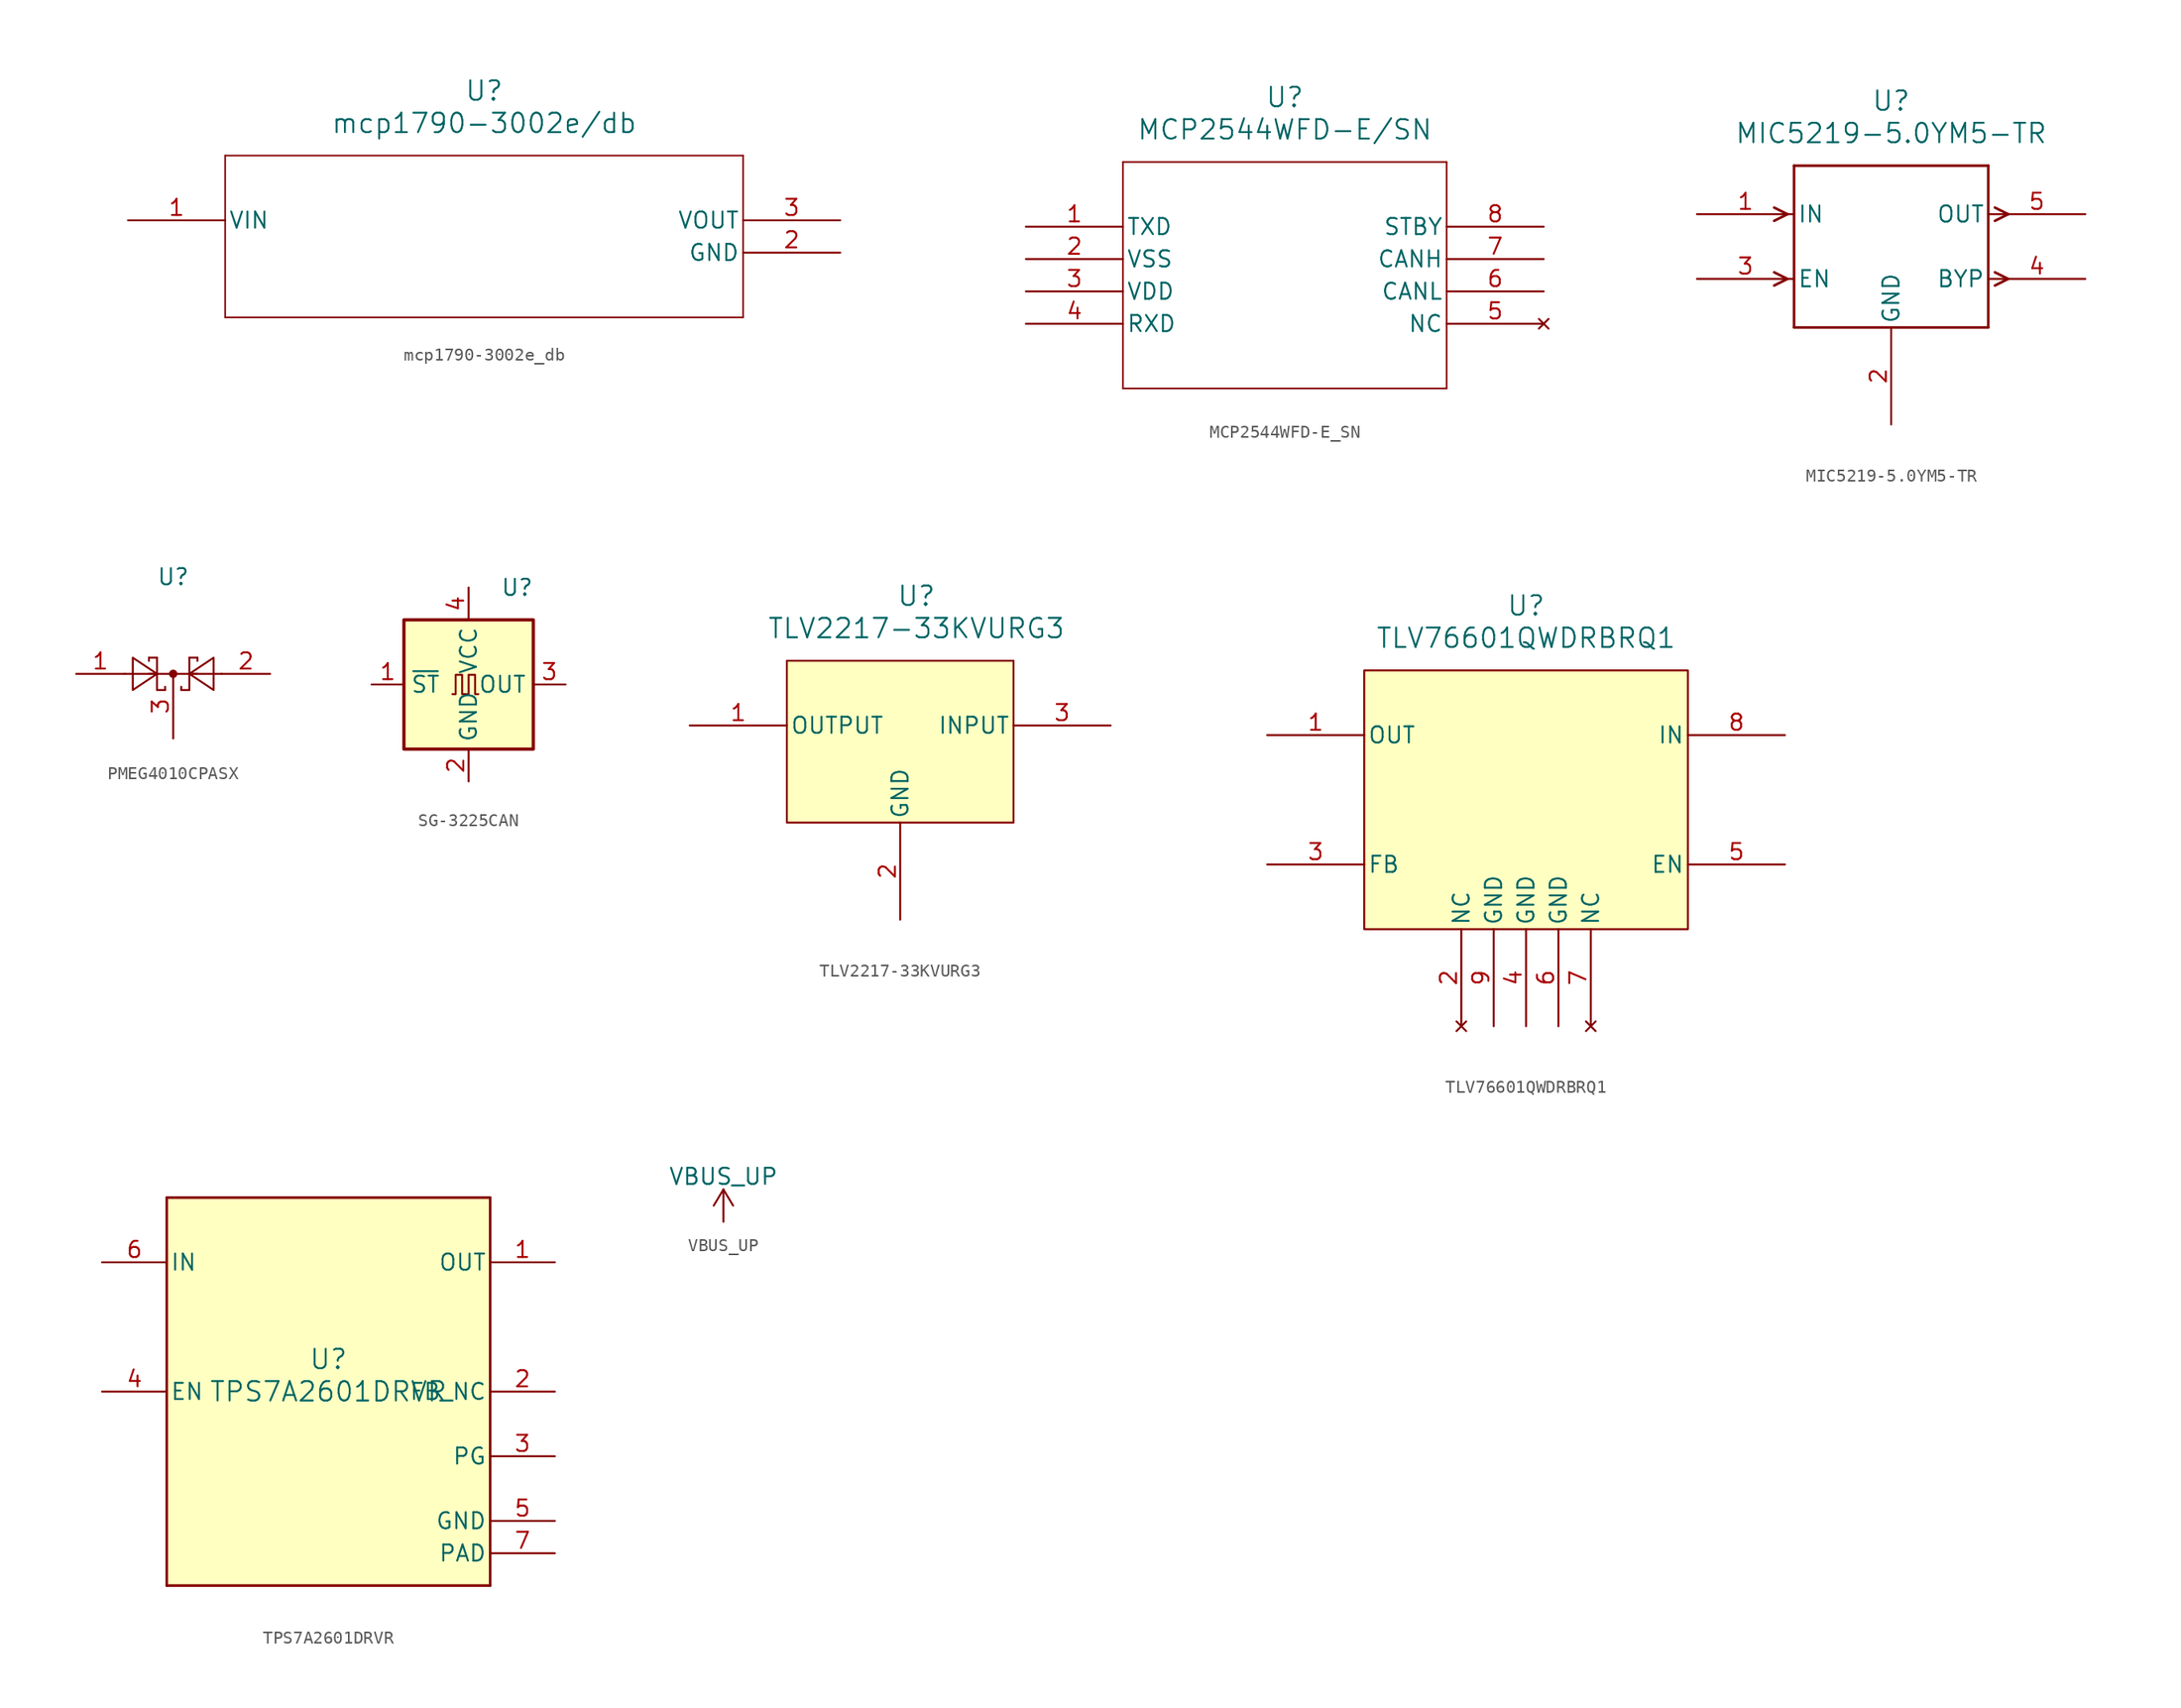
<source format=kicad_sym>
(kicad_symbol_lib
  (version 20220914)
  (generator kicad_symbol_editor)
  (symbol "mcp1790-3002e_db"
    (pin_names
      (offset 0.254))
    (property "Reference" "U"
      (at 27.94 10.16 0)
      (effects (font (size 1.524 1.524))))
    (property "Value" "mcp1790-3002e/db"
      (at 27.94 7.62 0)
      (effects (font (size 1.524 1.524))))
    (property "ki_locked" ""
      (at 0 0 0)
      (effects (font (size 1.27 1.27))))
    (symbol "mcp1790-3002e_db_0_1"
      (polyline (pts (xy 7.62 -7.62) (xy 48.26 -7.62)) (stroke (width 0.127) (type default)) (fill (type none)))
      (polyline (pts (xy 7.62 5.08) (xy 7.62 -7.62)) (stroke (width 0.127) (type default)) (fill (type none)))
      (polyline (pts (xy 48.26 -7.62) (xy 48.26 5.08)) (stroke (width 0.127) (type default)) (fill (type none)))
      (polyline (pts (xy 48.26 5.08) (xy 7.62 5.08)) (stroke (width 0.127) (type default)) (fill (type none)))
      (pin input line (at 0 0 0) (length 7.62) (name "VIN" (effects (font (size 1.27 1.27)))) (number "1" (effects (font (size 1.27 1.27)))))
      (pin power_in line (at 55.88 -2.54 180) (length 7.62) (name "GND" (effects (font (size 1.27 1.27)))) (number "2" (effects (font (size 1.27 1.27)))))
      (pin output line (at 55.88 0 180) (length 7.62) (name "VOUT" (effects (font (size 1.27 1.27)))) (number "3" (effects (font (size 1.27 1.27)))))))
  (symbol "MCP2544WFD-E_SN"
    (pin_names
      (offset 0.254))
    (property "Reference" "U"
      (at 20.32 10.16 0)
      (effects (font (size 1.524 1.524))))
    (property "Value" "MCP2544WFD-E/SN"
      (at 20.32 7.62 0)
      (effects (font (size 1.524 1.524))))
    (property "ki_locked" ""
      (at 0 0 0)
      (effects (font (size 1.27 1.27))))
    (symbol "MCP2544WFD-E_SN_0_1"
      (polyline (pts (xy 7.62 -12.7) (xy 33.02 -12.7)) (stroke (width 0.127) (type default)) (fill (type none)))
      (polyline (pts (xy 7.62 5.08) (xy 7.62 -12.7)) (stroke (width 0.127) (type default)) (fill (type none)))
      (polyline (pts (xy 33.02 -12.7) (xy 33.02 5.08)) (stroke (width 0.127) (type default)) (fill (type none)))
      (polyline (pts (xy 33.02 5.08) (xy 7.62 5.08)) (stroke (width 0.127) (type default)) (fill (type none)))
      (pin input line (at 0 0 0) (length 7.62) (name "TXD" (effects (font (size 1.27 1.27)))) (number "1" (effects (font (size 1.27 1.27)))))
      (pin power_in line (at 0 -2.54 0) (length 7.62) (name "VSS" (effects (font (size 1.27 1.27)))) (number "2" (effects (font (size 1.27 1.27)))))
      (pin power_in line (at 0 -5.08 0) (length 7.62) (name "VDD" (effects (font (size 1.27 1.27)))) (number "3" (effects (font (size 1.27 1.27)))))
      (pin output line (at 0 -7.62 0) (length 7.62) (name "RXD" (effects (font (size 1.27 1.27)))) (number "4" (effects (font (size 1.27 1.27)))))
      (pin no_connect line (at 40.64 -7.62 180) (length 7.62) (name "NC" (effects (font (size 1.27 1.27)))) (number "5" (effects (font (size 1.27 1.27)))))
      (pin bidirectional line (at 40.64 -5.08 180) (length 7.62) (name "CANL" (effects (font (size 1.27 1.27)))) (number "6" (effects (font (size 1.27 1.27)))))
      (pin bidirectional line (at 40.64 -2.54 180) (length 7.62) (name "CANH" (effects (font (size 1.27 1.27)))) (number "7" (effects (font (size 1.27 1.27)))))
      (pin input line (at 40.64 0 180) (length 7.62) (name "STBY" (effects (font (size 1.27 1.27)))) (number "8" (effects (font (size 1.27 1.27)))))))
  (symbol "MIC5219-5.0YM5-TR"
    (pin_names
      (offset 0.254))
    (property "Reference" "U"
      (at 0 10.16 0)
      (effects (font (size 1.524 1.524))))
    (property "Value" "MIC5219-5.0YM5-TR"
      (at 0 7.62 0)
      (effects (font (size 1.524 1.524))))
    (property "ki_locked" ""
      (at 0 0 0)
      (effects (font (size 1.27 1.27))))
    (symbol "MIC5219-5.0YM5-TR_0_1"
      (polyline (pts (xy -8.141 -3.81) (xy -9.182 -4.331)) (stroke (width 0.203) (type default)) (fill (type none)))
      (polyline (pts (xy -8.141 -3.81) (xy -9.182 -3.289)) (stroke (width 0.203) (type default)) (fill (type none)))
      (polyline (pts (xy -8.141 1.27) (xy -9.182 0.749)) (stroke (width 0.203) (type default)) (fill (type none)))
      (polyline (pts (xy -8.141 1.27) (xy -9.182 1.791)) (stroke (width 0.203) (type default)) (fill (type none)))
      (polyline (pts (xy -7.62 -7.62) (xy 7.62 -7.62)) (stroke (width 0.203) (type default)) (fill (type none)))
      (polyline (pts (xy -7.62 5.08) (xy -7.62 -7.62)) (stroke (width 0.203) (type default)) (fill (type none)))
      (polyline (pts (xy 7.62 -7.62) (xy 7.62 5.08)) (stroke (width 0.203) (type default)) (fill (type none)))
      (polyline (pts (xy 7.62 5.08) (xy -7.62 5.08)) (stroke (width 0.203) (type default)) (fill (type none)))
      (polyline (pts (xy 8.141 -4.331) (xy 9.182 -3.81)) (stroke (width 0.203) (type default)) (fill (type none)))
      (polyline (pts (xy 8.141 -3.289) (xy 9.182 -3.81)) (stroke (width 0.203) (type default)) (fill (type none)))
      (polyline (pts (xy 8.141 0.749) (xy 9.182 1.27)) (stroke (width 0.203) (type default)) (fill (type none)))
      (polyline (pts (xy 8.141 1.791) (xy 9.182 1.27)) (stroke (width 0.203) (type default)) (fill (type none)))
      (pin input line (at -15.24 1.27 0) (length 7.62) (name "IN" (effects (font (size 1.27 1.27)))) (number "1" (effects (font (size 1.27 1.27)))))
      (pin power_in line (at 0 -15.24 90) (length 7.62) (name "GND" (effects (font (size 1.27 1.27)))) (number "2" (effects (font (size 1.27 1.27)))))
      (pin input line (at -15.24 -3.81 0) (length 7.62) (name "EN" (effects (font (size 1.27 1.27)))) (number "3" (effects (font (size 1.27 1.27)))))
      (pin output line (at 15.24 -3.81 180) (length 7.62) (name "BYP" (effects (font (size 1.27 1.27)))) (number "4" (effects (font (size 1.27 1.27)))))
      (pin output line (at 15.24 1.27 180) (length 7.62) (name "OUT" (effects (font (size 1.27 1.27)))) (number "5" (effects (font (size 1.27 1.27)))))))
  (symbol "PMEG4010CPASX"
    (property "Reference" "U"
      (at 0 7.62 0)
      (effects (font (size 1.27 1.27))))
    (property "Value" ""
      (at 0 0 0)
      (effects (font (size 1.27 1.27))))
    (symbol "PMEG4010CPASX_0_1"
      (polyline (pts (xy -1.905 0) (xy 1.905 0)) (stroke (width 0) (type default)) (fill (type none)))
      (polyline (pts (xy -1.905 1.27) (xy -1.905 1.016)) (stroke (width 0) (type default)) (fill (type none)))
      (polyline (pts (xy -1.27 -1.27) (xy -0.635 -1.27)) (stroke (width 0) (type default)) (fill (type none)))
      (polyline (pts (xy -1.27 0) (xy -3.81 0)) (stroke (width 0) (type default)) (fill (type none)))
      (polyline (pts (xy -1.27 1.27) (xy -1.905 1.27)) (stroke (width 0) (type default)) (fill (type none)))
      (polyline (pts (xy -1.27 1.27) (xy -1.27 -1.27)) (stroke (width 0) (type default)) (fill (type none)))
      (polyline (pts (xy -0.635 -1.27) (xy -0.635 -1.016)) (stroke (width 0) (type default)) (fill (type none)))
      (polyline (pts (xy 0.635 -1.27) (xy 0.635 -1.016)) (stroke (width 0) (type default)) (fill (type none)))
      (polyline (pts (xy 1.27 -1.27) (xy 0.635 -1.27)) (stroke (width 0) (type default)) (fill (type none)))
      (polyline (pts (xy 1.27 1.27) (xy 1.27 -1.27)) (stroke (width 0) (type default)) (fill (type none)))
      (polyline (pts (xy 1.27 1.27) (xy 1.905 1.27)) (stroke (width 0) (type default)) (fill (type none)))
      (polyline (pts (xy 1.905 1.27) (xy 1.905 1.016)) (stroke (width 0) (type default)) (fill (type none)))
      (polyline (pts (xy 3.81 0) (xy 1.27 0)) (stroke (width 0) (type default)) (fill (type none)))
      (polyline (pts (xy -3.175 -1.27) (xy -3.175 1.27) (xy -1.27 0) (xy -3.175 -1.27)) (stroke (width 0) (type default)) (fill (type none)))
      (polyline (pts (xy 3.175 -1.27) (xy 3.175 1.27) (xy 1.27 0) (xy 3.175 -1.27)) (stroke (width 0) (type default)) (fill (type none)))
      (circle (center 0 0) (radius 0.254) (stroke (width 0) (type default)) (fill (type outline))))
    (symbol "PMEG4010CPASX_1_1"
      (pin passive line (at -7.62 0 0) (length 3.81) (name "~" (effects (font (size 1.27 1.27)))) (number "1" (effects (font (size 1.27 1.27)))))
      (pin passive line (at 7.62 0 180) (length 3.81) (name "~" (effects (font (size 1.27 1.27)))) (number "2" (effects (font (size 1.27 1.27)))))
      (pin passive line (at 0 -5.08 90) (length 5.08) (name "~" (effects (font (size 1.27 1.27)))) (number "3" (effects (font (size 1.27 1.27)))))))
  (symbol "SG-3225CAN"
    (property "Reference" "U"
      (at 3.81 7.62 0)
      (effects (font (size 1.27 1.27))))
    (property "Value" ""
      (at 1.27 8.89 0)
      (effects (font (size 1.27 1.27))))
    (symbol "SG-3225CAN_0_1"
      (rectangle (start -5.08 5.08) (end 5.08 -5.08) (stroke (width 0.254) (type default)) (fill (type background)))
      (polyline (pts (xy -1.27 -0.762) (xy -1.016 -0.762) (xy -1.016 0.762) (xy -0.508 0.762) (xy -0.508 -0.762) (xy 0 -0.762) (xy 0 0.762) (xy 0.508 0.762) (xy 0.508 -0.762) (xy 0.762 -0.762)) (stroke (width 0) (type default)) (fill (type none))))
    (symbol "SG-3225CAN_1_1"
      (pin input line (at -7.62 0 0) (length 2.54) (name "~{ST}" (effects (font (size 1.27 1.27)))) (number "1" (effects (font (size 1.27 1.27)))))
      (pin power_in line (at 0 -7.62 90) (length 2.54) (name "GND" (effects (font (size 1.27 1.27)))) (number "2" (effects (font (size 1.27 1.27)))))
      (pin output line (at 7.62 0 180) (length 2.54) (name "OUT" (effects (font (size 1.27 1.27)))) (number "3" (effects (font (size 1.27 1.27)))))
      (pin power_in line (at 0 7.62 270) (length 2.54) (name "VCC" (effects (font (size 1.27 1.27)))) (number "4" (effects (font (size 1.27 1.27)))))))
  (symbol "TLV2217-33KVURG3"
    (pin_names
      (offset 0.254))
    (property "Reference" "U"
      (at 1.27 11.43 0)
      (effects (font (size 1.524 1.524))))
    (property "Value" "TLV2217-33KVURG3"
      (at 1.27 8.89 0)
      (effects (font (size 1.524 1.524))))
    (property "ki_locked" ""
      (at 0 0 0)
      (effects (font (size 1.27 1.27))))
    (symbol "TLV2217-33KVURG3_0_1"
      (pin output line (at -16.51 1.27 0) (length 7.62) (name "OUTPUT" (effects (font (size 1.27 1.27)))) (number "1" (effects (font (size 1.27 1.27)))))
      (pin power_in line (at 0 -13.97 90) (length 7.62) (name "GND" (effects (font (size 1.27 1.27)))) (number "2" (effects (font (size 1.27 1.27)))))
      (pin input line (at 16.51 1.27 180) (length 7.62) (name "INPUT" (effects (font (size 1.27 1.27)))) (number "3" (effects (font (size 1.27 1.27))))))
    (symbol "TLV2217-33KVURG3_1_1"
      (rectangle (start -8.89 6.35) (end 8.89 -6.35) (stroke (width 0) (type default)) (fill (type background)))))
  (symbol "TLV76601QWDRBRQ1"
    (pin_names
      (offset 0.254))
    (property "Reference" "U"
      (at 0 15.24 0)
      (effects (font (size 1.524 1.524))))
    (property "Value" "TLV76601QWDRBRQ1"
      (at 0 12.7 0)
      (effects (font (size 1.524 1.524))))
    (property "ki_locked" ""
      (at 0 0 0)
      (effects (font (size 1.27 1.27))))
    (symbol "TLV76601QWDRBRQ1_0_1"
      (pin output line (at -20.32 5.08 0) (length 7.62) (name "OUT" (effects (font (size 1.27 1.27)))) (number "1" (effects (font (size 1.27 1.27)))))
      (pin no_connect line (at -5.08 -17.78 90) (length 7.62) (name "NC" (effects (font (size 1.27 1.27)))) (number "2" (effects (font (size 1.27 1.27)))))
      (pin input line (at -20.32 -5.08 0) (length 7.62) (name "FB" (effects (font (size 1.27 1.27)))) (number "3" (effects (font (size 1.27 1.27)))))
      (pin power_out line (at 0 -17.78 90) (length 7.62) (name "GND" (effects (font (size 1.27 1.27)))) (number "4" (effects (font (size 1.27 1.27)))))
      (pin input line (at 20.32 -5.08 180) (length 7.62) (name "EN" (effects (font (size 1.27 1.27)))) (number "5" (effects (font (size 1.27 1.27)))))
      (pin power_out line (at 2.54 -17.78 90) (length 7.62) (name "GND" (effects (font (size 1.27 1.27)))) (number "6" (effects (font (size 1.27 1.27)))))
      (pin no_connect line (at 5.08 -17.78 90) (length 7.62) (name "NC" (effects (font (size 1.27 1.27)))) (number "7" (effects (font (size 1.27 1.27)))))
      (pin input line (at 20.32 5.08 180) (length 7.62) (name "IN" (effects (font (size 1.27 1.27)))) (number "8" (effects (font (size 1.27 1.27)))))
      (pin power_out line (at -2.54 -17.78 90) (length 7.62) (name "GND" (effects (font (size 1.27 1.27)))) (number "9" (effects (font (size 1.27 1.27))))))
    (symbol "TLV76601QWDRBRQ1_1_1"
      (rectangle (start -12.7 10.16) (end 12.7 -10.16) (stroke (width 0) (type default)) (fill (type background)))))
  (symbol "TPS7A2601DRVR"
    (pin_names
      (offset 0.254))
    (property "Reference" "U"
      (at 0 2.54 0)
      (effects (font (size 1.524 1.524))))
    (property "Value" "TPS7A2601DRVR"
      (at 0 0 0)
      (effects (font (size 1.524 1.524))))
    (property "ki_locked" ""
      (at 0 0 0)
      (effects (font (size 1.27 1.27))))
    (symbol "TPS7A2601DRVR_0_1"
      (polyline (pts (xy -12.7 -15.24) (xy 12.7 -15.24)) (stroke (width 0.203) (type default)) (fill (type none)))
      (polyline (pts (xy -12.7 15.24) (xy -12.7 -15.24)) (stroke (width 0.203) (type default)) (fill (type none)))
      (polyline (pts (xy 12.7 -15.24) (xy 12.7 15.24)) (stroke (width 0.203) (type default)) (fill (type none)))
      (polyline (pts (xy 12.7 15.24) (xy -12.7 15.24)) (stroke (width 0.203) (type default)) (fill (type none)))
      (pin power_in line (at 17.78 10.16 180) (length 5.08) (name "OUT" (effects (font (size 1.27 1.27)))) (number "1" (effects (font (size 1.27 1.27)))))
      (pin input line (at 17.78 0 180) (length 5.08) (name "FB_NC" (effects (font (size 1.27 1.27)))) (number "2" (effects (font (size 1.27 1.27)))))
      (pin open_collector line (at 17.78 -5.08 180) (length 5.08) (name "PG" (effects (font (size 1.27 1.27)))) (number "3" (effects (font (size 1.27 1.27)))))
      (pin input line (at -17.78 0 0) (length 5.08) (name "EN" (effects (font (size 1.27 1.27)))) (number "4" (effects (font (size 1.27 1.27)))))
      (pin power_in line (at 17.78 -10.16 180) (length 5.08) (name "GND" (effects (font (size 1.27 1.27)))) (number "5" (effects (font (size 1.27 1.27)))))
      (pin power_in line (at -17.78 10.16 0) (length 5.08) (name "IN" (effects (font (size 1.27 1.27)))) (number "6" (effects (font (size 1.27 1.27)))))
      (pin unspecified line (at 17.78 -12.7 180) (length 5.08) (name "PAD" (effects (font (size 1.27 1.27)))) (number "7" (effects (font (size 1.27 1.27))))))
    (symbol "TPS7A2601DRVR_1_1"
      (rectangle (start -12.7 15.24) (end 12.7 -15.24) (stroke (width 0) (type default)) (fill (type background)))))
  (symbol "VBUS_UP"
    (power)
    (pin_names
      (offset 0))
    (property "Reference" "#PWR"
      (at 0 -3.81 0)
      (effects (font (size 1.27 1.27)) hide))
    (property "Value" "VBUS_UP"
      (at 0 3.556 0)
      (effects (font (size 1.27 1.27))))
    (symbol "VBUS_UP_0_1"
      (polyline (pts (xy -0.762 1.27) (xy 0 2.54)) (stroke (width 0) (type default)) (fill (type none)))
      (polyline (pts (xy 0 0) (xy 0 2.54)) (stroke (width 0) (type default)) (fill (type none)))
      (polyline (pts (xy 0 2.54) (xy 0.762 1.27)) (stroke (width 0) (type default)) (fill (type none))))
    (symbol "VBUS_UP_1_1"
      (pin power_in line (at 0 0 90) (length 0) hide (name "VBUS_UP" (effects (font (size 1.27 1.27)))) (number "1" (effects (font (size 1.27 1.27))))))))
</source>
